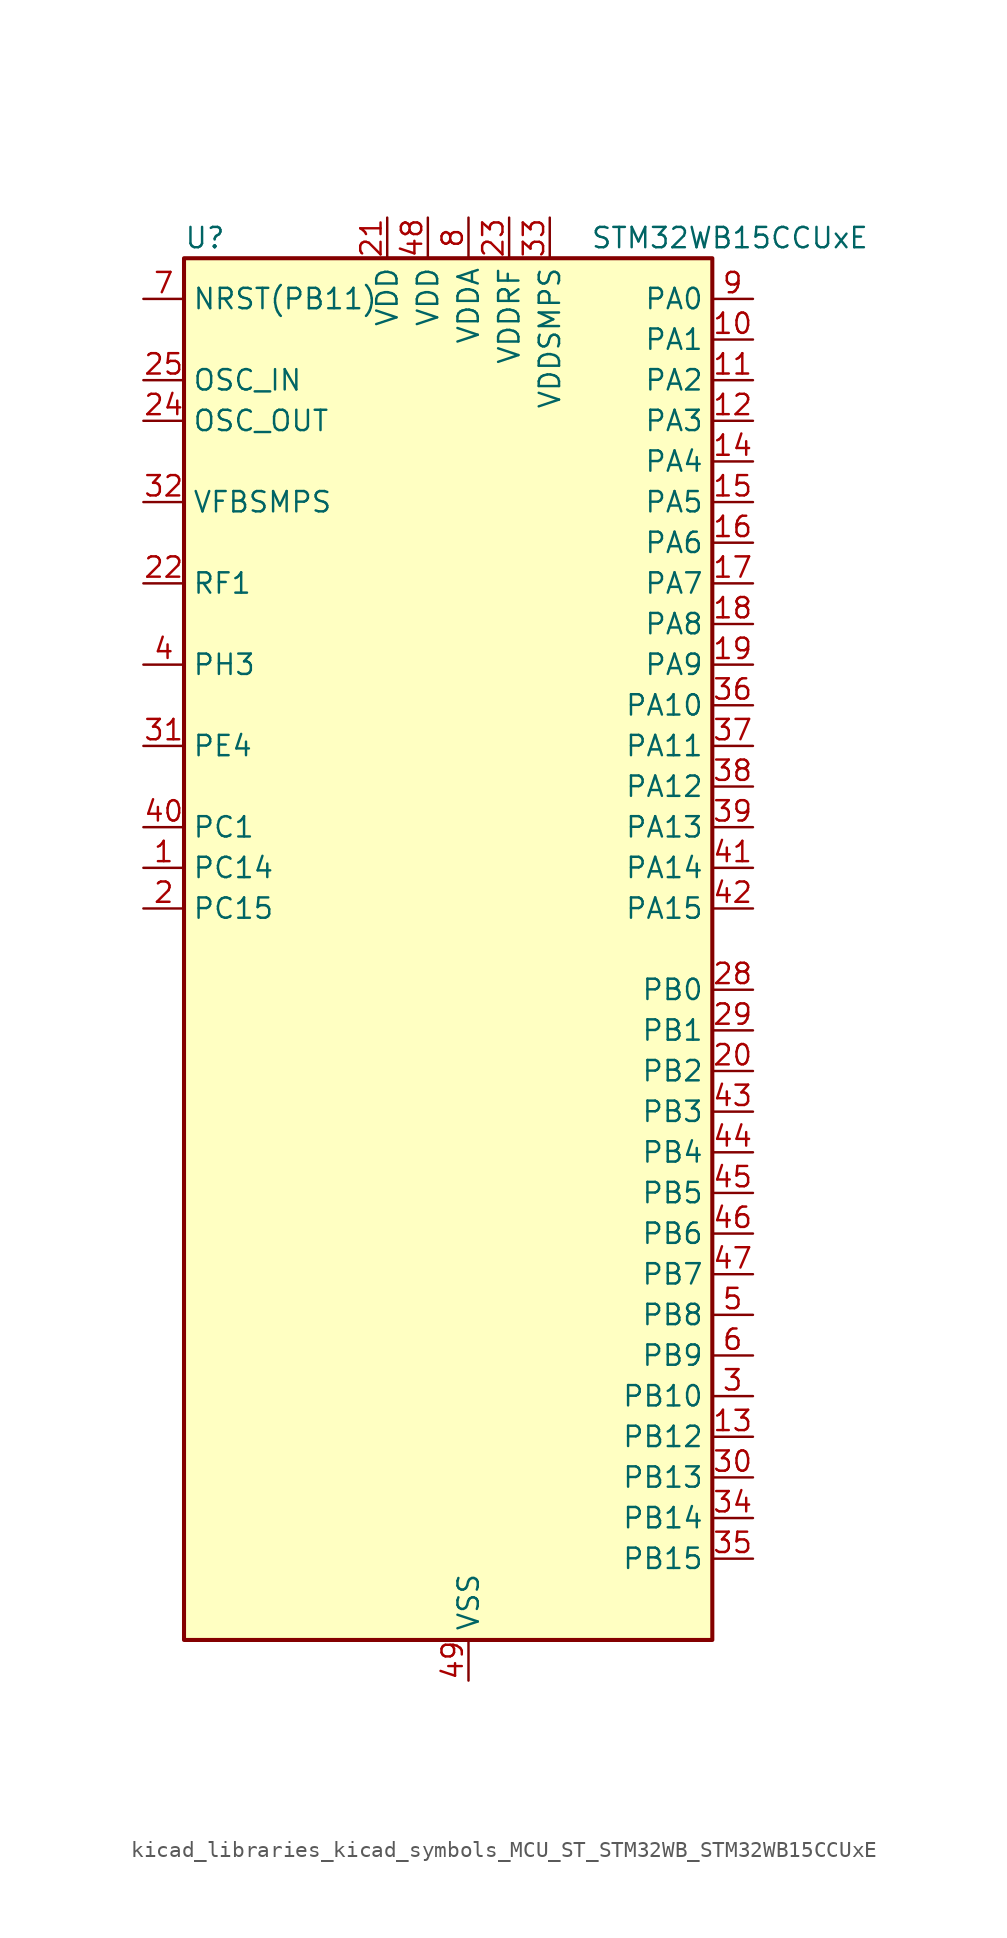
<source format=kicad_sym>
(kicad_symbol_lib
  (version 20220914)
  (generator kicad_symbol_editor)
  (symbol "kicad_libraries_kicad_symbols_MCU_ST_STM32WB_STM32WB15CCUxE"
    (property "Reference" "U"
      (at -15.24 44.45 0)
      (effects (font (size 1.27 1.27)) (justify left)))
    (property "Value" "STM32WB15CCUxE"
      (at 10.16 44.45 0)
      (effects (font (size 1.27 1.27)) (justify left)))
    (property "ki_locked" ""
      (at 0 0 0)
      (effects (font (size 1.27 1.27))))
    (symbol "kicad_libraries_kicad_symbols_MCU_ST_STM32WB_STM32WB15CCUxE_0_1"
      (rectangle (start -15.24 -43.18) (end 17.78 43.18) (stroke (width 0.254) (type default)) (fill (type background))))
    (symbol "kicad_libraries_kicad_symbols_MCU_ST_STM32WB_STM32WB15CCUxE_1_1"
      (pin bidirectional line (at -17.78 5.08 0) (length 2.54) (name "PC14" (effects (font (size 1.27 1.27)))) (number "1" (effects (font (size 1.27 1.27)))) (alternate "RCC_OSC32_IN" bidirectional line))
      (pin bidirectional line (at 20.32 38.1 180) (length 2.54) (name "PA1" (effects (font (size 1.27 1.27)))) (number "10" (effects (font (size 1.27 1.27)))) (alternate "ADC1_IN6" bidirectional line) (alternate "COMP1_INP" bidirectional line) (alternate "I2C1_SMBA" bidirectional line) (alternate "SPI1_SCK" bidirectional line) (alternate "TIM2_CH2" bidirectional line))
      (pin bidirectional line (at 20.32 35.56 180) (length 2.54) (name "PA2" (effects (font (size 1.27 1.27)))) (number "11" (effects (font (size 1.27 1.27)))) (alternate "ADC1_IN7" bidirectional line) (alternate "LPUART1_TX" bidirectional line) (alternate "RCC_LSCO" bidirectional line) (alternate "SYS_WKUP4" bidirectional line) (alternate "TIM2_CH3" bidirectional line))
      (pin bidirectional line (at 20.32 33.02 180) (length 2.54) (name "PA3" (effects (font (size 1.27 1.27)))) (number "12" (effects (font (size 1.27 1.27)))) (alternate "ADC1_IN8" bidirectional line) (alternate "LPUART1_RX" bidirectional line) (alternate "TIM2_CH4" bidirectional line))
      (pin bidirectional line (at 20.32 -30.48 180) (length 2.54) (name "PB12" (effects (font (size 1.27 1.27)))) (number "13" (effects (font (size 1.27 1.27)))) (alternate "TIM2_CH2" bidirectional line) (alternate "TSC_G1_IO1" bidirectional line))
      (pin bidirectional line (at 20.32 30.48 180) (length 2.54) (name "PA4" (effects (font (size 1.27 1.27)))) (number "14" (effects (font (size 1.27 1.27)))) (alternate "ADC1_IN9" bidirectional line) (alternate "COMP1_INM" bidirectional line) (alternate "LPTIM2_OUT" bidirectional line) (alternate "SPI1_NSS" bidirectional line))
      (pin bidirectional line (at 20.32 27.94 180) (length 2.54) (name "PA5" (effects (font (size 1.27 1.27)))) (number "15" (effects (font (size 1.27 1.27)))) (alternate "ADC1_IN10" bidirectional line) (alternate "COMP1_INM" bidirectional line) (alternate "LPTIM2_ETR" bidirectional line) (alternate "SPI1_MOSI" bidirectional line) (alternate "SPI1_SCK" bidirectional line) (alternate "TIM2_CH1" bidirectional line) (alternate "TIM2_ETR" bidirectional line))
      (pin bidirectional line (at 20.32 25.4 180) (length 2.54) (name "PA6" (effects (font (size 1.27 1.27)))) (number "16" (effects (font (size 1.27 1.27)))) (alternate "ADC1_IN11" bidirectional line) (alternate "LPUART1_CTS" bidirectional line) (alternate "SPI1_MISO" bidirectional line) (alternate "TIM1_BKIN" bidirectional line))
      (pin bidirectional line (at 20.32 22.86 180) (length 2.54) (name "PA7" (effects (font (size 1.27 1.27)))) (number "17" (effects (font (size 1.27 1.27)))) (alternate "ADC1_IN2" bidirectional line) (alternate "SPI1_MOSI" bidirectional line) (alternate "TIM1_CH1N" bidirectional line))
      (pin bidirectional line (at 20.32 20.32 180) (length 2.54) (name "PA8" (effects (font (size 1.27 1.27)))) (number "18" (effects (font (size 1.27 1.27)))) (alternate "ADC1_IN3" bidirectional line) (alternate "LPTIM2_OUT" bidirectional line) (alternate "RCC_MCO" bidirectional line) (alternate "TIM1_CH1" bidirectional line) (alternate "USART1_CK" bidirectional line))
      (pin bidirectional line (at 20.32 17.78 180) (length 2.54) (name "PA9" (effects (font (size 1.27 1.27)))) (number "19" (effects (font (size 1.27 1.27)))) (alternate "ADC1_IN4" bidirectional line) (alternate "COMP1_INM" bidirectional line) (alternate "I2C1_SCL" bidirectional line) (alternate "TIM1_CH2" bidirectional line) (alternate "USART1_TX" bidirectional line))
      (pin bidirectional line (at -17.78 2.54 0) (length 2.54) (name "PC15" (effects (font (size 1.27 1.27)))) (number "2" (effects (font (size 1.27 1.27)))) (alternate "RCC_OSC32_OUT" bidirectional line))
      (pin bidirectional line (at 20.32 -7.62 180) (length 2.54) (name "PB2" (effects (font (size 1.27 1.27)))) (number "20" (effects (font (size 1.27 1.27)))) (alternate "COMP1_INP" bidirectional line) (alternate "LPTIM1_OUT" bidirectional line) (alternate "RTC_OUT" bidirectional line) (alternate "SPI1_NSS" bidirectional line))
      (pin power_in line (at -2.54 45.72 270) (length 2.54) (name "VDD" (effects (font (size 1.27 1.27)))) (number "21" (effects (font (size 1.27 1.27)))))
      (pin bidirectional line (at -17.78 22.86 0) (length 2.54) (name "RF1" (effects (font (size 1.27 1.27)))) (number "22" (effects (font (size 1.27 1.27)))) (alternate "RF_RF1" bidirectional line))
      (pin power_in line (at 5.08 45.72 270) (length 2.54) (name "VDDRF" (effects (font (size 1.27 1.27)))) (number "23" (effects (font (size 1.27 1.27)))))
      (pin input line (at -17.78 33.02 0) (length 2.54) (name "OSC_OUT" (effects (font (size 1.27 1.27)))) (number "24" (effects (font (size 1.27 1.27)))) (alternate "RCC_OSC_OUT" bidirectional line))
      (pin input line (at -17.78 35.56 0) (length 2.54) (name "OSC_IN" (effects (font (size 1.27 1.27)))) (number "25" (effects (font (size 1.27 1.27)))) (alternate "RCC_OSC_IN" bidirectional line))
      (pin no_connect line (at -15.24 -43.18 0) (length 2.54) hide (name "AT0" (effects (font (size 1.27 1.27)))) (number "26" (effects (font (size 1.27 1.27)))))
      (pin no_connect line (at -15.24 -40.64 0) (length 2.54) hide (name "AT1" (effects (font (size 1.27 1.27)))) (number "27" (effects (font (size 1.27 1.27)))))
      (pin bidirectional line (at 20.32 -2.54 180) (length 2.54) (name "PB0" (effects (font (size 1.27 1.27)))) (number "28" (effects (font (size 1.27 1.27)))) (alternate "COMP1_OUT" bidirectional line) (alternate "RF_TX_MOD_EXT_PA" bidirectional line))
      (pin bidirectional line (at 20.32 -5.08 180) (length 2.54) (name "PB1" (effects (font (size 1.27 1.27)))) (number "29" (effects (font (size 1.27 1.27)))) (alternate "LPTIM2_IN1" bidirectional line) (alternate "LPUART1_DE" bidirectional line) (alternate "LPUART1_RTS" bidirectional line))
      (pin bidirectional line (at 20.32 -27.94 180) (length 2.54) (name "PB10" (effects (font (size 1.27 1.27)))) (number "3" (effects (font (size 1.27 1.27)))) (alternate "TSC_G3_IO2" bidirectional line))
      (pin bidirectional line (at 20.32 -33.02 180) (length 2.54) (name "PB13" (effects (font (size 1.27 1.27)))) (number "30" (effects (font (size 1.27 1.27)))) (alternate "TIM2_CH3" bidirectional line) (alternate "TSC_G1_IO2" bidirectional line))
      (pin bidirectional line (at -17.78 12.7 0) (length 2.54) (name "PE4" (effects (font (size 1.27 1.27)))) (number "31" (effects (font (size 1.27 1.27)))))
      (pin input line (at -17.78 27.94 0) (length 2.54) (name "VFBSMPS" (effects (font (size 1.27 1.27)))) (number "32" (effects (font (size 1.27 1.27)))))
      (pin power_in line (at 7.62 45.72 270) (length 2.54) (name "VDDSMPS" (effects (font (size 1.27 1.27)))) (number "33" (effects (font (size 1.27 1.27)))))
      (pin bidirectional line (at 20.32 -35.56 180) (length 2.54) (name "PB14" (effects (font (size 1.27 1.27)))) (number "34" (effects (font (size 1.27 1.27)))) (alternate "TIM1_CH1" bidirectional line))
      (pin bidirectional line (at 20.32 -38.1 180) (length 2.54) (name "PB15" (effects (font (size 1.27 1.27)))) (number "35" (effects (font (size 1.27 1.27)))) (alternate "TIM2_CH1" bidirectional line))
      (pin bidirectional line (at 20.32 15.24 180) (length 2.54) (name "PA10" (effects (font (size 1.27 1.27)))) (number "36" (effects (font (size 1.27 1.27)))) (alternate "I2C1_SDA" bidirectional line) (alternate "TIM1_CH3" bidirectional line) (alternate "TSC_G7_IO2" bidirectional line) (alternate "USART1_RX" bidirectional line))
      (pin bidirectional line (at 20.32 12.7 180) (length 2.54) (name "PA11" (effects (font (size 1.27 1.27)))) (number "37" (effects (font (size 1.27 1.27)))) (alternate "ADC1_EXTI11" bidirectional line) (alternate "SPI1_MISO" bidirectional line) (alternate "TIM1_BKIN2" bidirectional line) (alternate "TIM1_CH4" bidirectional line) (alternate "USART1_CTS" bidirectional line) (alternate "USART1_NSS" bidirectional line))
      (pin bidirectional line (at 20.32 10.16 180) (length 2.54) (name "PA12" (effects (font (size 1.27 1.27)))) (number "38" (effects (font (size 1.27 1.27)))) (alternate "LPUART1_RX" bidirectional line) (alternate "SPI1_MOSI" bidirectional line) (alternate "TIM1_ETR" bidirectional line) (alternate "USART1_DE" bidirectional line) (alternate "USART1_RTS" bidirectional line))
      (pin bidirectional line (at 20.32 7.62 180) (length 2.54) (name "PA13" (effects (font (size 1.27 1.27)))) (number "39" (effects (font (size 1.27 1.27)))) (alternate "SPI1_MOSI" bidirectional line) (alternate "SYS_JTMS-SWDIO" bidirectional line) (alternate "TSC_G7_IO1" bidirectional line))
      (pin bidirectional line (at -17.78 17.78 0) (length 2.54) (name "PH3" (effects (font (size 1.27 1.27)))) (number "4" (effects (font (size 1.27 1.27)))) (alternate "RCC_LSCO" bidirectional line))
      (pin bidirectional line (at -17.78 7.62 0) (length 2.54) (name "PC1" (effects (font (size 1.27 1.27)))) (number "40" (effects (font (size 1.27 1.27)))) (alternate "TSC_G3_IO3" bidirectional line))
      (pin bidirectional line (at 20.32 5.08 180) (length 2.54) (name "PA14" (effects (font (size 1.27 1.27)))) (number "41" (effects (font (size 1.27 1.27)))) (alternate "I2C1_SMBA" bidirectional line) (alternate "LPTIM1_OUT" bidirectional line) (alternate "SPI1_NSS" bidirectional line) (alternate "SYS_JTCK-SWCLK" bidirectional line))
      (pin bidirectional line (at 20.32 2.54 180) (length 2.54) (name "PA15" (effects (font (size 1.27 1.27)))) (number "42" (effects (font (size 1.27 1.27)))) (alternate "RCC_MCO" bidirectional line) (alternate "SPI1_NSS" bidirectional line) (alternate "SYS_JTDI" bidirectional line) (alternate "TIM2_CH1" bidirectional line) (alternate "TIM2_ETR" bidirectional line) (alternate "TSC_G3_IO1" bidirectional line))
      (pin bidirectional line (at 20.32 -10.16 180) (length 2.54) (name "PB3" (effects (font (size 1.27 1.27)))) (number "43" (effects (font (size 1.27 1.27)))) (alternate "SPI1_SCK" bidirectional line) (alternate "SYS_JTDO-SWO" bidirectional line) (alternate "TIM2_CH2" bidirectional line) (alternate "USART1_DE" bidirectional line) (alternate "USART1_RTS" bidirectional line))
      (pin bidirectional line (at 20.32 -12.7 180) (length 2.54) (name "PB4" (effects (font (size 1.27 1.27)))) (number "44" (effects (font (size 1.27 1.27)))) (alternate "SPI1_MISO" bidirectional line) (alternate "SYS_JTRST" bidirectional line) (alternate "TSC_G2_IO1" bidirectional line) (alternate "USART1_CTS" bidirectional line) (alternate "USART1_NSS" bidirectional line))
      (pin bidirectional line (at 20.32 -15.24 180) (length 2.54) (name "PB5" (effects (font (size 1.27 1.27)))) (number "45" (effects (font (size 1.27 1.27)))) (alternate "I2C1_SMBA" bidirectional line) (alternate "LPTIM1_IN1" bidirectional line) (alternate "LPUART1_TX" bidirectional line) (alternate "SPI1_MOSI" bidirectional line) (alternate "TSC_G2_IO2" bidirectional line) (alternate "USART1_CK" bidirectional line))
      (pin bidirectional line (at 20.32 -17.78 180) (length 2.54) (name "PB6" (effects (font (size 1.27 1.27)))) (number "46" (effects (font (size 1.27 1.27)))) (alternate "I2C1_SCL" bidirectional line) (alternate "LPTIM1_ETR" bidirectional line) (alternate "RCC_MCO" bidirectional line) (alternate "SPI1_NSS" bidirectional line) (alternate "TSC_G2_IO3" bidirectional line) (alternate "USART1_TX" bidirectional line))
      (pin bidirectional line (at 20.32 -20.32 180) (length 2.54) (name "PB7" (effects (font (size 1.27 1.27)))) (number "47" (effects (font (size 1.27 1.27)))) (alternate "I2C1_SDA" bidirectional line) (alternate "LPTIM1_IN2" bidirectional line) (alternate "SYS_PVD_IN" bidirectional line) (alternate "TIM1_BKIN" bidirectional line) (alternate "TIM1_CH3" bidirectional line) (alternate "TSC_G2_IO4" bidirectional line) (alternate "USART1_RX" bidirectional line))
      (pin power_in line (at 0 45.72 270) (length 2.54) (name "VDD" (effects (font (size 1.27 1.27)))) (number "48" (effects (font (size 1.27 1.27)))))
      (pin power_in line (at 2.54 -45.72 90) (length 2.54) (name "VSS" (effects (font (size 1.27 1.27)))) (number "49" (effects (font (size 1.27 1.27)))))
      (pin bidirectional line (at 20.32 -22.86 180) (length 2.54) (name "PB8" (effects (font (size 1.27 1.27)))) (number "5" (effects (font (size 1.27 1.27)))) (alternate "I2C1_SCL" bidirectional line) (alternate "TIM1_CH2N" bidirectional line) (alternate "TSC_G7_IO3" bidirectional line))
      (pin bidirectional line (at 20.32 -25.4 180) (length 2.54) (name "PB9" (effects (font (size 1.27 1.27)))) (number "6" (effects (font (size 1.27 1.27)))) (alternate "I2C1_SDA" bidirectional line) (alternate "TIM1_CH3N" bidirectional line) (alternate "TSC_G7_IO4" bidirectional line))
      (pin input line (at -17.78 40.64 0) (length 2.54) (name "NRST(PB11)" (effects (font (size 1.27 1.27)))) (number "7" (effects (font (size 1.27 1.27)))))
      (pin power_in line (at 2.54 45.72 270) (length 2.54) (name "VDDA" (effects (font (size 1.27 1.27)))) (number "8" (effects (font (size 1.27 1.27)))))
      (pin bidirectional line (at 20.32 40.64 180) (length 2.54) (name "PA0" (effects (font (size 1.27 1.27)))) (number "9" (effects (font (size 1.27 1.27)))) (alternate "ADC1_IN5" bidirectional line) (alternate "COMP1_INM" bidirectional line) (alternate "COMP1_OUT" bidirectional line) (alternate "RTC_TAMP2" bidirectional line) (alternate "SYS_WKUP1" bidirectional line) (alternate "TIM2_CH1" bidirectional line) (alternate "TIM2_ETR" bidirectional line)))))
</source>
